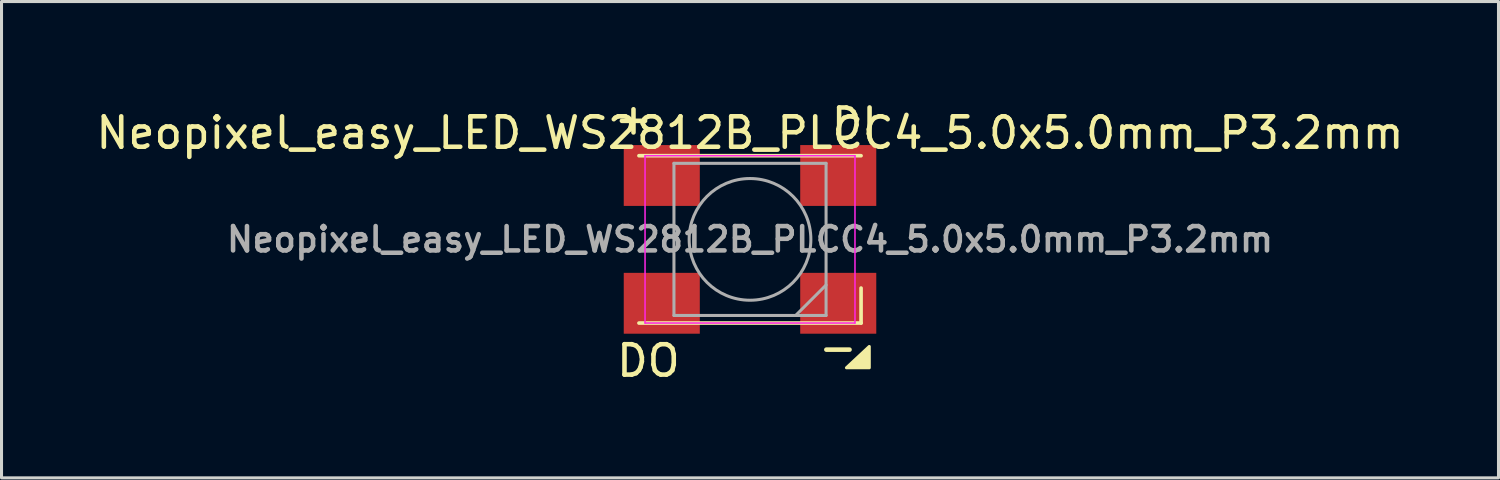
<source format=kicad_pcb>
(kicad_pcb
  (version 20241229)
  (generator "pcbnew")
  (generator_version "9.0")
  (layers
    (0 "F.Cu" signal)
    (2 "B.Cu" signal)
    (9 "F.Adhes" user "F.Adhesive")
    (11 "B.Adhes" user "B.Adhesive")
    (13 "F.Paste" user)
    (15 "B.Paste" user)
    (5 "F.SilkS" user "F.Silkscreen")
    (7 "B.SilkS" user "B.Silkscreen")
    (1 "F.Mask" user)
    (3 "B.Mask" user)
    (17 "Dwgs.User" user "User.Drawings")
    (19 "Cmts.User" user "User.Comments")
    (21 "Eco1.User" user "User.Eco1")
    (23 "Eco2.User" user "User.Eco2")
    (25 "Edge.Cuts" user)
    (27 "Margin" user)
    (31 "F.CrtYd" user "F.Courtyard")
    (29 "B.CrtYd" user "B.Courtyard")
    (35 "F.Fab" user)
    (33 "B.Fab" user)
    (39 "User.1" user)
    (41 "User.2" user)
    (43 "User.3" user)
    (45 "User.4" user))
  (footprint "Neopixel_easy_LED_WS2812B_PLCC4_5.0x5.0mm_P3.2mm"
    (layer "F.Cu")
    (at 21.601 4.818)
    (property "Reference" "Neopixel_easy_LED_WS2812B_PLCC4_5.0x5.0mm_P3.2mm" (at 0 -3.5 0) (layer "F.SilkS") (effects (font (size 1 1) (thickness 0.15))))
    (attr smd)
    (fp_line (start -3.65 -2.75) (end 3.65 -2.75) (stroke (width 0.12) (type solid)) (layer "F.SilkS"))
    (fp_line (start -3.65 2.75) (end 3.65 2.75) (stroke (width 0.12) (type solid)) (layer "F.SilkS"))
    (fp_line (start 3.65 2.75) (end 3.65 1.6) (stroke (width 0.12) (type solid)) (layer "F.SilkS"))
    (fp_poly (pts (xy 3.92 4.22) (xy 3.17 4.22) (xy 3.92 3.52)) (stroke (width 0.1) (type solid)) (fill yes) (layer "F.SilkS"))
    (fp_line (start -3.45 -2.75) (end -3.45 2.75) (stroke (width 0.05) (type solid)) (layer "F.CrtYd"))
    (fp_line (start -3.45 2.75) (end 3.45 2.75) (stroke (width 0.05) (type solid)) (layer "F.CrtYd"))
    (fp_line (start 3.45 -2.75) (end -3.45 -2.75) (stroke (width 0.05) (type solid)) (layer "F.CrtYd"))
    (fp_line (start 3.45 2.75) (end 3.45 -2.75) (stroke (width 0.05) (type solid)) (layer "F.CrtYd"))
    (fp_line (start -2.5 -2.5) (end -2.5 2.5) (stroke (width 0.1) (type solid)) (layer "F.Fab"))
    (fp_line (start -2.5 2.5) (end 2.5 2.5) (stroke (width 0.1) (type solid)) (layer "F.Fab"))
    (fp_line (start 2.5 -2.5) (end -2.5 -2.5) (stroke (width 0.1) (type solid)) (layer "F.Fab"))
    (fp_line (start 2.5 1.5) (end 1.5 2.5) (stroke (width 0.1) (type solid)) (layer "F.Fab"))
    (fp_line (start 2.5 2.5) (end 2.5 -2.5) (stroke (width 0.1) (type solid)) (layer "F.Fab"))
    (fp_circle (center 0 0) (end 0 -2) (stroke (width 0.1) (type solid)) (fill no) (layer "F.Fab"))
    (fp_text user "-" (at 2.89 3.55 0) (layer "F.SilkS") (effects (font (size 1 1) (thickness 0.15))))
    (fp_text user "DI" (at 3.43 -3.79 0) (layer "F.SilkS") (effects (font (size 1 1) (thickness 0.15))))
    (fp_text user "+" (at -3.83 -3.97 0) (layer "F.SilkS") (effects (font (size 1 1) (thickness 0.15))))
    (fp_text user "DO" (at -3.34 3.99 0) (layer "F.SilkS") (effects (font (size 1 1) (thickness 0.15))))
    (fp_text user "${REFERENCE}" (at 0 0 0) (layer "F.Fab") (effects (font (size 0.8 0.8) (thickness 0.15))))
    (pad "1" smd rect (at -2.9 -2.1) (size 2.5 2) (layers "F.Cu" "F.Mask" "F.Paste"))
    (pad "2" smd rect (at -2.9 2.1) (size 2.5 2) (layers "F.Cu" "F.Mask" "F.Paste"))
    (pad "3" smd rect (at 2.9 2.1) (size 2.5 2) (layers "F.Cu" "F.Mask" "F.Paste"))
    (pad "4" smd rect (at 2.9 -2.1) (size 2.5 2) (layers "F.Cu" "F.Mask" "F.Paste")))
  (gr_rect
    (start -3 -3)
    (end 46.202 12.656)
    (stroke (width 0.1) (type default))
    (fill no)
    (layer "Edge.Cuts")))
</source>
